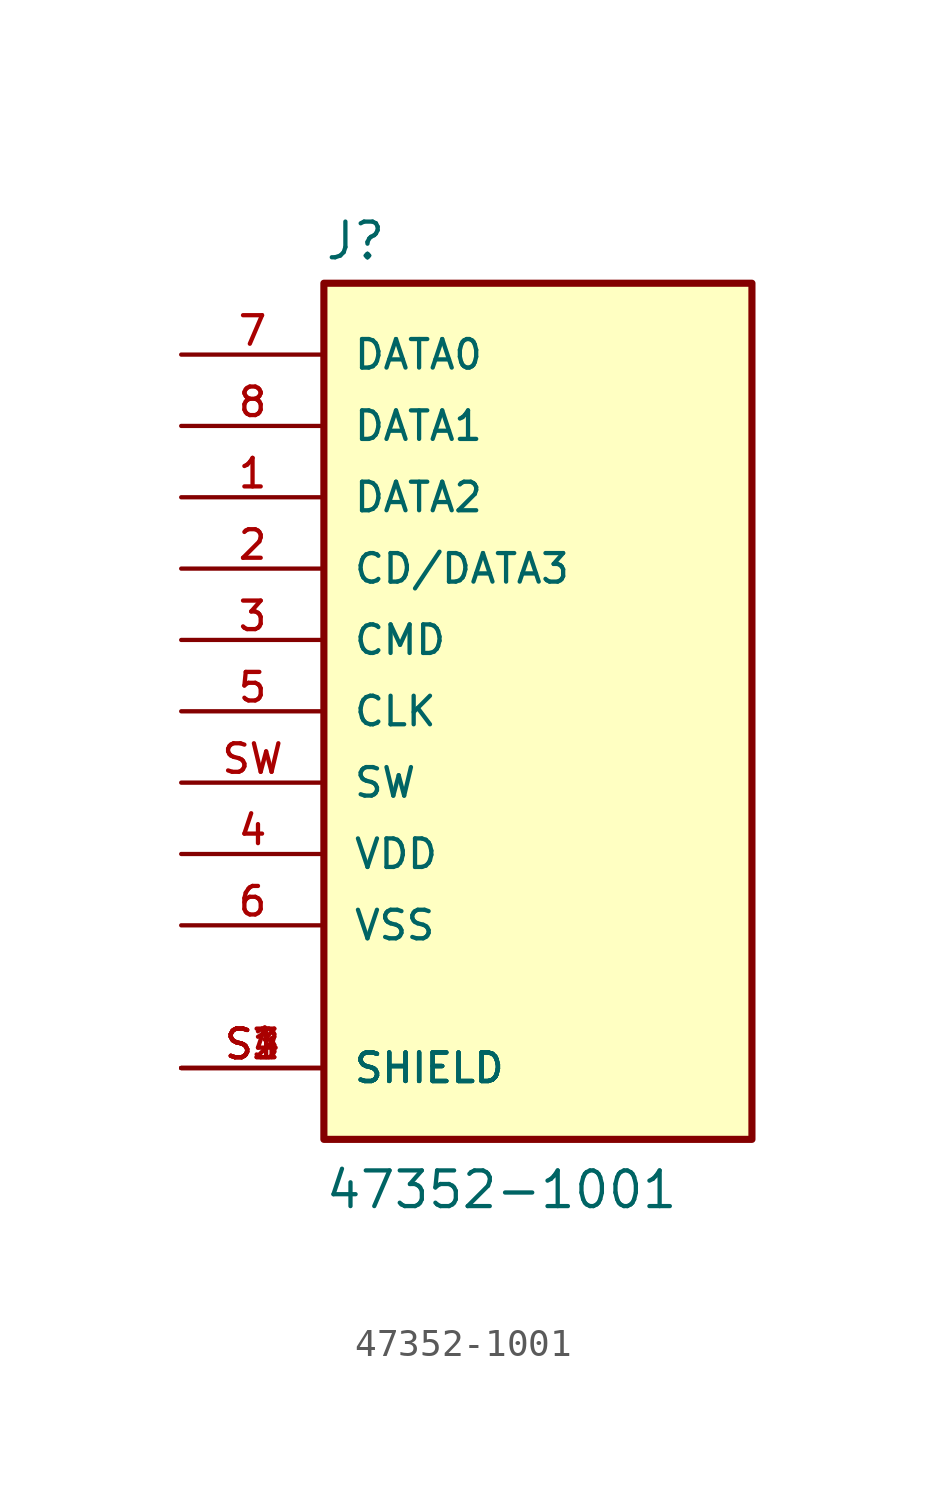
<source format=kicad_sym>
(kicad_symbol_lib
  (version 20231120)
  (generator "kicad_symbol_editor")
  (generator_version "8.0")
  (symbol "47352-1001"
    (pin_names
      (offset 1.016))
    (property "Reference" "J"
      (at -7.62 16.002 0)
      (effects (font (size 1.27 1.27)) (justify left bottom)))
    (property "Value" "47352-1001"
      (at -7.62 -17.78 0)
      (effects (font (size 1.27 1.27)) (justify left bottom)))
    (symbol "47352-1001_0_0"
      (rectangle (start -7.62 15.24) (end 7.62 -15.24) (stroke (width 0.254) (type default)) (fill (type background)))
      (pin passive line (at -12.7 7.62 0) (length 5.08) (name "DATA2" (effects (font (size 1.016 1.016)))) (number "1" (effects (font (size 1.016 1.016)))))
      (pin passive line (at -12.7 5.08 0) (length 5.08) (name "CD/DATA3" (effects (font (size 1.016 1.016)))) (number "2" (effects (font (size 1.016 1.016)))))
      (pin passive line (at -12.7 2.54 0) (length 5.08) (name "CMD" (effects (font (size 1.016 1.016)))) (number "3" (effects (font (size 1.016 1.016)))))
      (pin passive line (at -12.7 -5.08 0) (length 5.08) (name "VDD" (effects (font (size 1.016 1.016)))) (number "4" (effects (font (size 1.016 1.016)))))
      (pin passive line (at -12.7 0 0) (length 5.08) (name "CLK" (effects (font (size 1.016 1.016)))) (number "5" (effects (font (size 1.016 1.016)))))
      (pin passive line (at -12.7 -7.62 0) (length 5.08) (name "VSS" (effects (font (size 1.016 1.016)))) (number "6" (effects (font (size 1.016 1.016)))))
      (pin passive line (at -12.7 12.7 0) (length 5.08) (name "DATA0" (effects (font (size 1.016 1.016)))) (number "7" (effects (font (size 1.016 1.016)))))
      (pin passive line (at -12.7 10.16 0) (length 5.08) (name "DATA1" (effects (font (size 1.016 1.016)))) (number "8" (effects (font (size 1.016 1.016)))))
      (pin passive line (at -12.7 -12.7 0) (length 5.08) (name "SHIELD" (effects (font (size 1.016 1.016)))) (number "S1" (effects (font (size 1.016 1.016)))))
      (pin passive line (at -12.7 -12.7 0) (length 5.08) (name "SHIELD" (effects (font (size 1.016 1.016)))) (number "S2" (effects (font (size 1.016 1.016)))))
      (pin passive line (at -12.7 -12.7 0) (length 5.08) (name "SHIELD" (effects (font (size 1.016 1.016)))) (number "S3" (effects (font (size 1.016 1.016)))))
      (pin passive line (at -12.7 -12.7 0) (length 5.08) (name "SHIELD" (effects (font (size 1.016 1.016)))) (number "S4" (effects (font (size 1.016 1.016)))))
      (pin passive line (at -12.7 -2.54 0) (length 5.08) (name "SW" (effects (font (size 1.016 1.016)))) (number "SW" (effects (font (size 1.016 1.016))))))))
</source>
